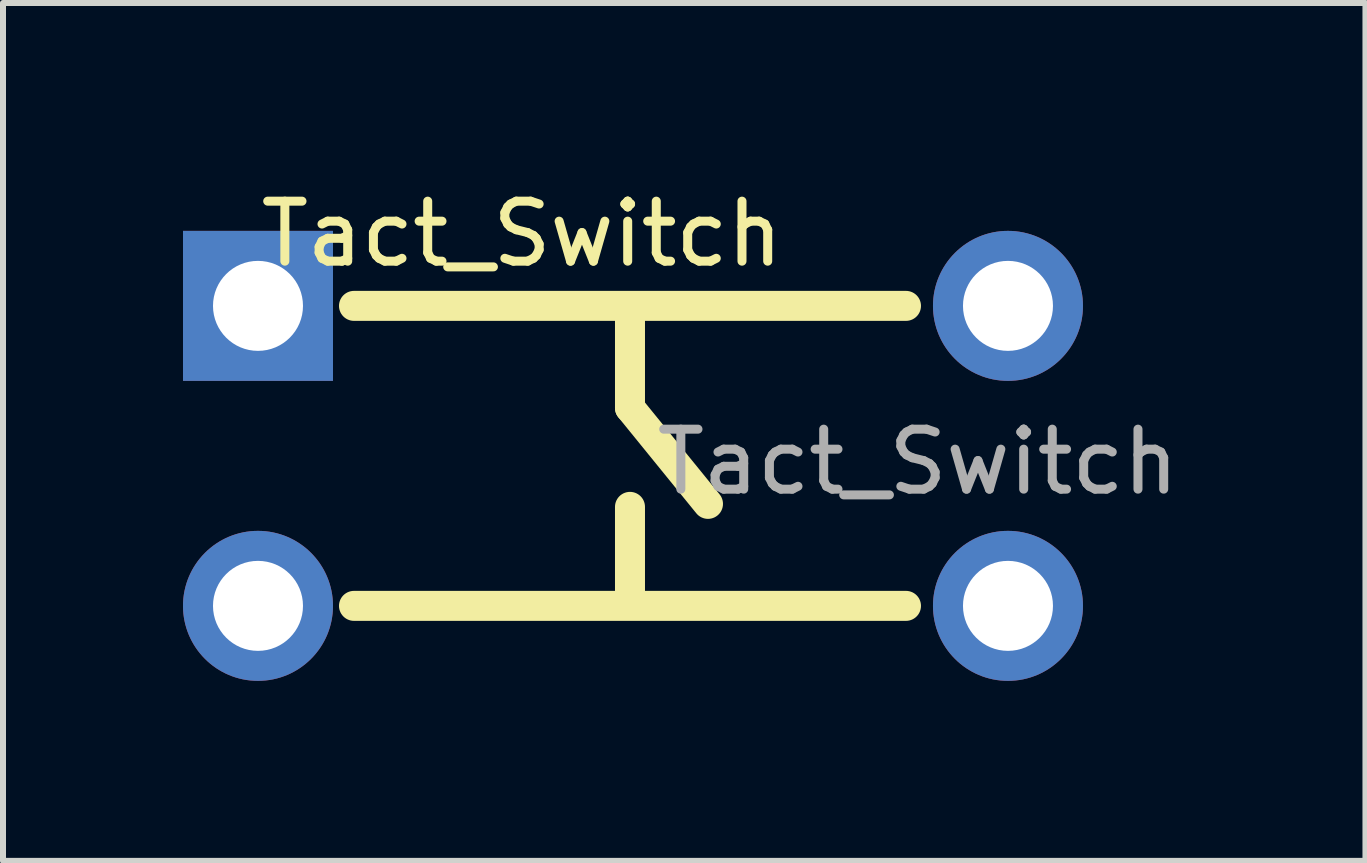
<source format=kicad_pcb>
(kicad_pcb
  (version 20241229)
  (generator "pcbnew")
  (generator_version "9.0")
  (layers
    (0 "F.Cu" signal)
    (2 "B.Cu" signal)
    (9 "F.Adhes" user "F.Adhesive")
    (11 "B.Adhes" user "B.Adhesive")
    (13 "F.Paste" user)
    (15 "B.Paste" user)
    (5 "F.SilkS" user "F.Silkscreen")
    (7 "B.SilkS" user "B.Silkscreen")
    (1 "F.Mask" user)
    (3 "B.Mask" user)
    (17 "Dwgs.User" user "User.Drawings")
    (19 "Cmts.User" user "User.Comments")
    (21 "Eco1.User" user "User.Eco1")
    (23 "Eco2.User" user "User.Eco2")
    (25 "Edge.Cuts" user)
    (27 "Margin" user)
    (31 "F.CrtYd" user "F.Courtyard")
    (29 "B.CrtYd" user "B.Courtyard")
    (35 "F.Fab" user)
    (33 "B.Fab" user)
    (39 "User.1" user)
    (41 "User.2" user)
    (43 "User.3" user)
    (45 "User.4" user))
  (footprint "Tact_Switch"
    (layer "F.Cu")
    (at 1.25 2.048)
    (property "Reference" "Tact_Switch" (at 4.4 -1.2 0) (unlocked yes) (layer "F.SilkS") (effects (font (size 1 1) (thickness 0.15))))
    (attr through_hole)
    (fp_line (start 1.6 0) (end 10.8 0) (stroke (width 0.5) (type solid)) (layer "F.SilkS"))
    (fp_line (start 1.6 5) (end 10.8 5) (stroke (width 0.5) (type solid)) (layer "F.SilkS"))
    (fp_line (start 6.2 0.2) (end 6.2 1.7) (stroke (width 0.5) (type solid)) (layer "F.SilkS"))
    (fp_line (start 6.2 1.7) (end 7.5 3.3) (stroke (width 0.5) (type solid)) (layer "F.SilkS"))
    (fp_line (start 6.2 3.35) (end 6.2 4.85) (stroke (width 0.5) (type solid)) (layer "F.SilkS"))
    (fp_text user "${REFERENCE}" (at 11 2.6 0) (unlocked yes) (layer "F.Fab") (effects (font (size 1 1) (thickness 0.15))))
    (pad "1" thru_hole rect (at 0 0) (size 2.5 2.5) (drill 1.5) (layers "*.Cu" "*.Mask"))
    (pad "2" thru_hole circle (at 0 5) (size 2.5 2.5) (drill 1.5) (layers "*.Cu" "*.Mask"))
    (pad "3" thru_hole circle (at 12.5 0) (size 2.5 2.5) (drill 1.5) (layers "*.Cu" "*.Mask"))
    (pad "4" thru_hole circle (at 12.5 5) (size 2.5 2.5) (drill 1.5) (layers "*.Cu" "*.Mask")))
  (gr_rect
    (start -3 -3)
    (end 19.708 11.298)
    (stroke (width 0.1) (type default))
    (fill no)
    (layer "Edge.Cuts")))
</source>
